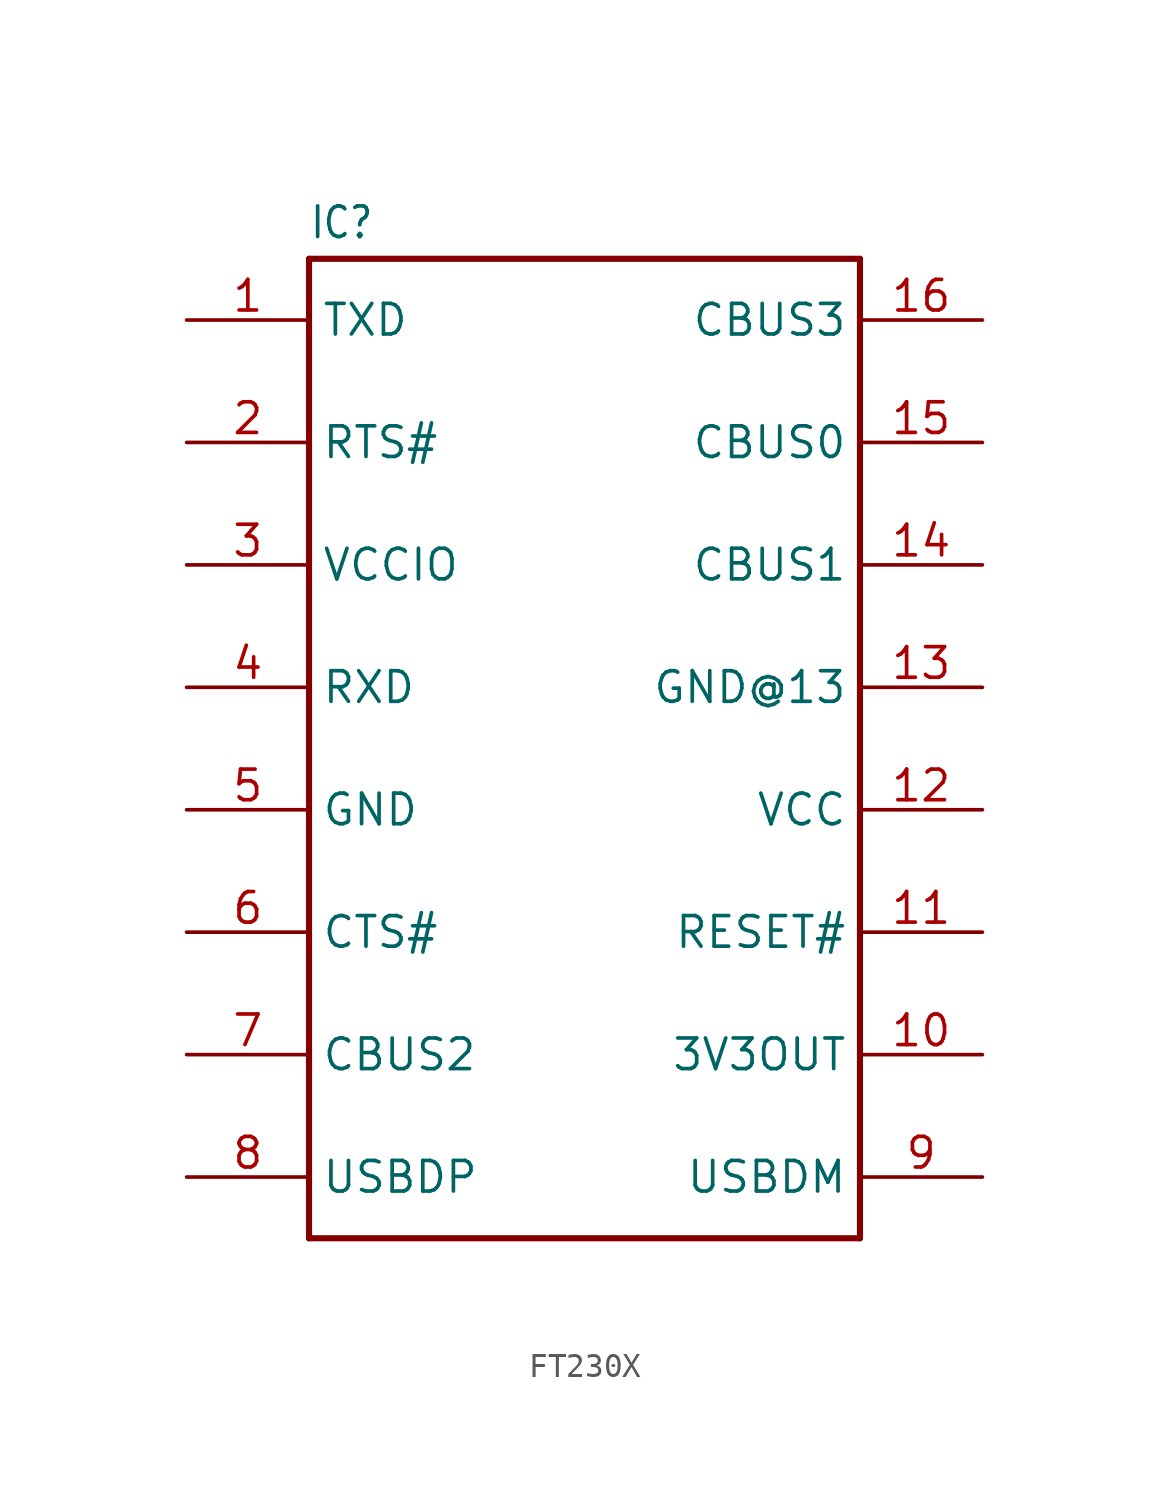
<source format=kicad_sym>
(kicad_symbol_lib
  (version 20231120)
  (generator "kicad_symbol_editor")
  (generator_version "8.0")
  (symbol "FT230X"
    (property "Reference" "IC"
      (at -10.16 13.462 0)
      (effects (font (size 1.27 1.079)) (justify left bottom)))
    (property "ki_locked" ""
      (at 0 0 0)
      (effects (font (size 1.27 1.27))))
    (symbol "FT230X_1_0"
      (polyline (pts (xy -10.16 -27.94) (xy -10.16 12.7)) (stroke (width 0.254) (type solid)) (fill (type none)))
      (polyline (pts (xy -10.16 12.7) (xy 12.7 12.7)) (stroke (width 0.254) (type solid)) (fill (type none)))
      (polyline (pts (xy 12.7 -27.94) (xy -10.16 -27.94)) (stroke (width 0.254) (type solid)) (fill (type none)))
      (polyline (pts (xy 12.7 12.7) (xy 12.7 -27.94)) (stroke (width 0.254) (type solid)) (fill (type none)))
      (pin bidirectional line (at -15.24 10.16 0) (length 5.08) (name "TXD" (effects (font (size 1.27 1.27)))) (number "1" (effects (font (size 1.27 1.27)))))
      (pin bidirectional line (at 17.78 -20.32 180) (length 5.08) (name "3V3OUT" (effects (font (size 1.27 1.27)))) (number "10" (effects (font (size 1.27 1.27)))))
      (pin bidirectional line (at 17.78 -15.24 180) (length 5.08) (name "RESET#" (effects (font (size 1.27 1.27)))) (number "11" (effects (font (size 1.27 1.27)))))
      (pin bidirectional line (at 17.78 -10.16 180) (length 5.08) (name "VCC" (effects (font (size 1.27 1.27)))) (number "12" (effects (font (size 1.27 1.27)))))
      (pin bidirectional line (at 17.78 -5.08 180) (length 5.08) (name "GND@13" (effects (font (size 1.27 1.27)))) (number "13" (effects (font (size 1.27 1.27)))))
      (pin bidirectional line (at 17.78 0 180) (length 5.08) (name "CBUS1" (effects (font (size 1.27 1.27)))) (number "14" (effects (font (size 1.27 1.27)))))
      (pin bidirectional line (at 17.78 5.08 180) (length 5.08) (name "CBUS0" (effects (font (size 1.27 1.27)))) (number "15" (effects (font (size 1.27 1.27)))))
      (pin bidirectional line (at 17.78 10.16 180) (length 5.08) (name "CBUS3" (effects (font (size 1.27 1.27)))) (number "16" (effects (font (size 1.27 1.27)))))
      (pin bidirectional line (at -15.24 5.08 0) (length 5.08) (name "RTS#" (effects (font (size 1.27 1.27)))) (number "2" (effects (font (size 1.27 1.27)))))
      (pin bidirectional line (at -15.24 0 0) (length 5.08) (name "VCCIO" (effects (font (size 1.27 1.27)))) (number "3" (effects (font (size 1.27 1.27)))))
      (pin bidirectional line (at -15.24 -5.08 0) (length 5.08) (name "RXD" (effects (font (size 1.27 1.27)))) (number "4" (effects (font (size 1.27 1.27)))))
      (pin bidirectional line (at -15.24 -10.16 0) (length 5.08) (name "GND" (effects (font (size 1.27 1.27)))) (number "5" (effects (font (size 1.27 1.27)))))
      (pin bidirectional line (at -15.24 -15.24 0) (length 5.08) (name "CTS#" (effects (font (size 1.27 1.27)))) (number "6" (effects (font (size 1.27 1.27)))))
      (pin bidirectional line (at -15.24 -20.32 0) (length 5.08) (name "CBUS2" (effects (font (size 1.27 1.27)))) (number "7" (effects (font (size 1.27 1.27)))))
      (pin bidirectional line (at -15.24 -25.4 0) (length 5.08) (name "USBDP" (effects (font (size 1.27 1.27)))) (number "8" (effects (font (size 1.27 1.27)))))
      (pin bidirectional line (at 17.78 -25.4 180) (length 5.08) (name "USBDM" (effects (font (size 1.27 1.27)))) (number "9" (effects (font (size 1.27 1.27))))))))
</source>
